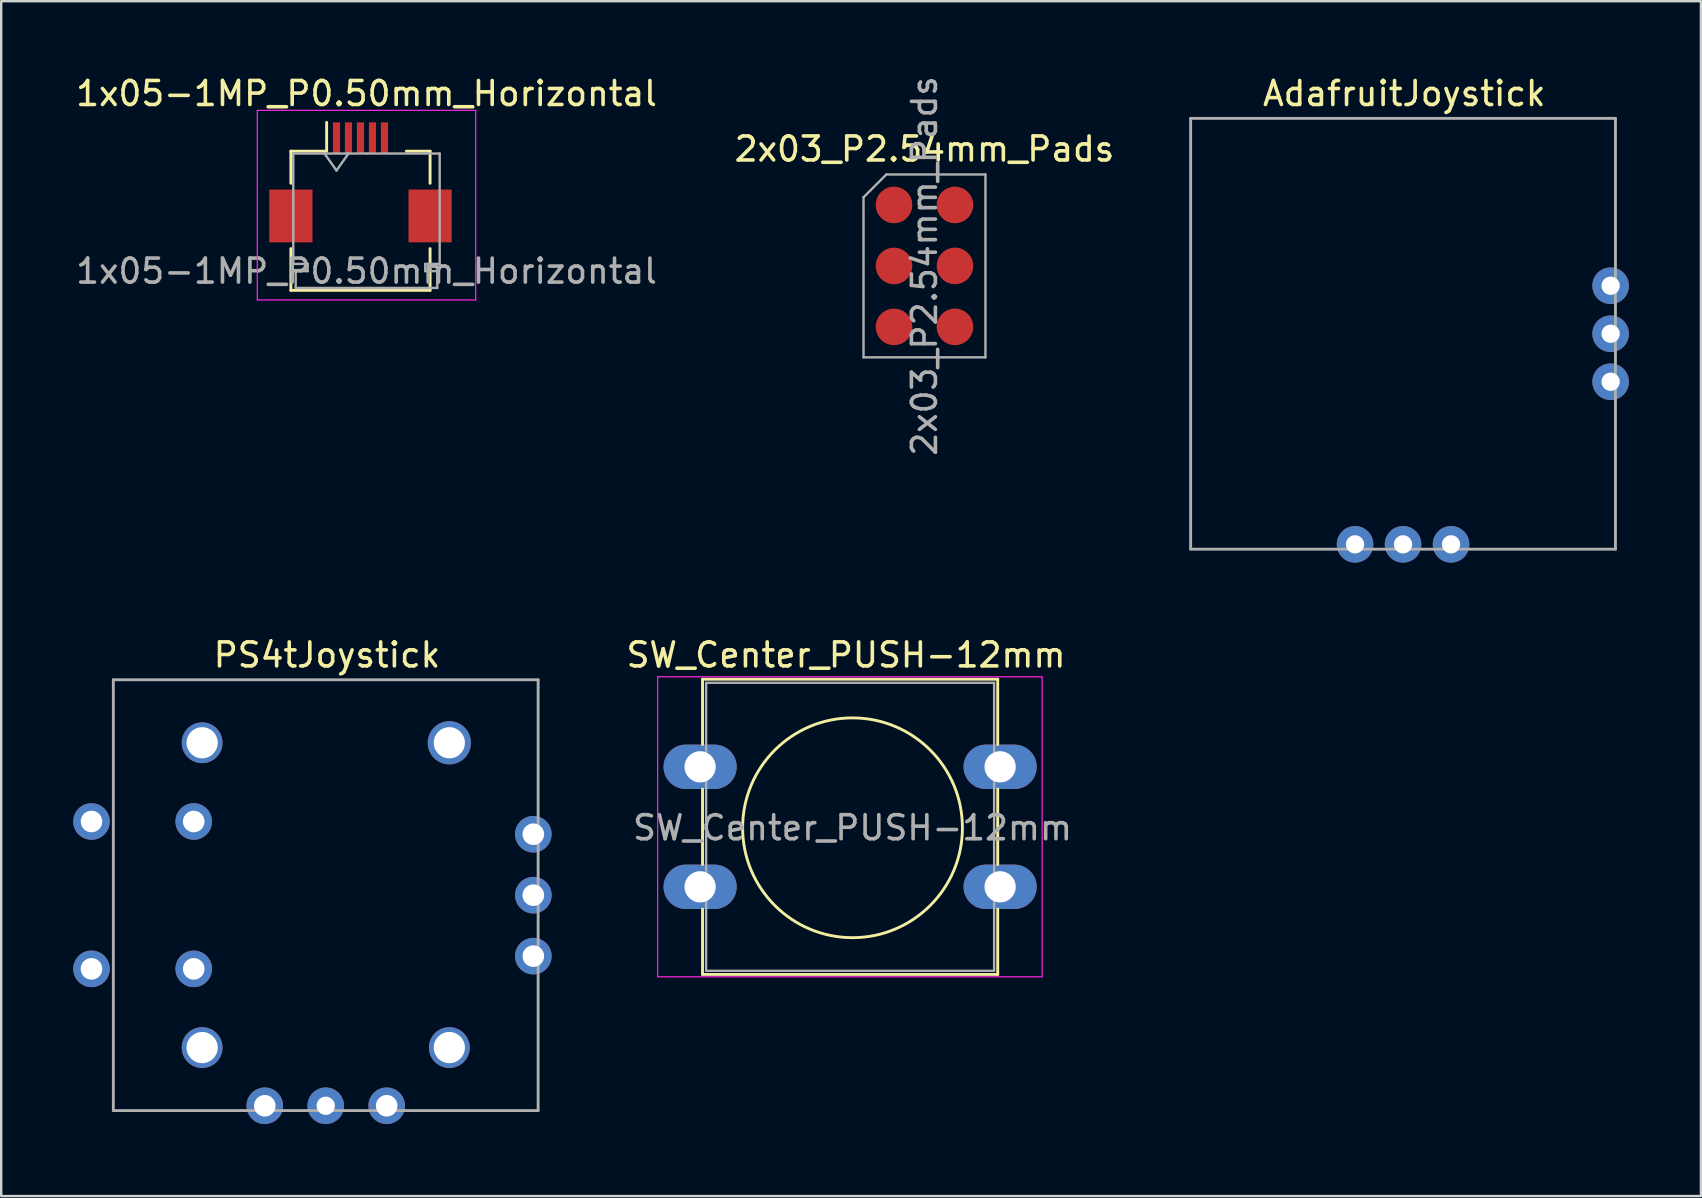
<source format=kicad_pcb>
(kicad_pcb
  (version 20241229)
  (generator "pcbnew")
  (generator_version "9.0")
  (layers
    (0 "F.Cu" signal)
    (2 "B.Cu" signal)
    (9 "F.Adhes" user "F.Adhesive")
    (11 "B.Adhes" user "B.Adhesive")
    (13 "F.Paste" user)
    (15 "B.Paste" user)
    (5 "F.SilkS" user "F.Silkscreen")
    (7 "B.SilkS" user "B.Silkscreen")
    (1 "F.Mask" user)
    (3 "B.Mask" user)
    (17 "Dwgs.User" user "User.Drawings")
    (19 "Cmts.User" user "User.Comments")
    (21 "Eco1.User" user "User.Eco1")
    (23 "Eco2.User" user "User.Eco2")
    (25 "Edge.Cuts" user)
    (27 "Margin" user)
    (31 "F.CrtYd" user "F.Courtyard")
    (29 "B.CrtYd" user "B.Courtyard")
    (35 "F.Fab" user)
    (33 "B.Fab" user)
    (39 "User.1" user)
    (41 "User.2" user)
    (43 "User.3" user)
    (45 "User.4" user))
  (footprint "2x03_P2.54mm_Pads"
    (layer "F.Cu")
    (at 35.47 8.03)
    (property "Reference" "2x03_P2.54mm_Pads" (at 0 -4.87 0) (layer "F.SilkS") (effects (font (size 1 1) (thickness 0.15))))
    (attr smd)
    (fp_line (start -2.54 -2.86) (end -1.59 -3.81) (stroke (width 0.1) (type solid)) (layer "F.Fab"))
    (fp_line (start -2.54 3.81) (end -2.54 -2.86) (stroke (width 0.1) (type solid)) (layer "F.Fab"))
    (fp_line (start -1.59 -3.81) (end 2.54 -3.81) (stroke (width 0.1) (type solid)) (layer "F.Fab"))
    (fp_line (start 2.54 -3.81) (end 2.54 3.81) (stroke (width 0.1) (type solid)) (layer "F.Fab"))
    (fp_line (start 2.54 3.81) (end -2.54 3.81) (stroke (width 0.1) (type solid)) (layer "F.Fab"))
    (fp_text user "${REFERENCE}" (at 0 0 90) (layer "F.Fab") (effects (font (size 1 1) (thickness 0.15))))
    (pad "1" connect circle (at -1.27 -2.54) (size 1.524 1.524) (layers "F.Cu" "F.Mask"))
    (pad "2" connect circle (at 1.27 -2.54) (size 1.524 1.524) (layers "F.Cu" "F.Mask"))
    (pad "3" connect circle (at -1.27 0) (size 1.524 1.524) (layers "F.Cu" "F.Mask"))
    (pad "4" connect circle (at 1.27 0) (size 1.524 1.524) (layers "F.Cu" "F.Mask"))
    (pad "5" connect circle (at -1.27 2.54) (size 1.524 1.524) (layers "F.Cu" "F.Mask"))
    (pad "6" connect circle (at 1.27 2.54) (size 1.524 1.524) (layers "F.Cu" "F.Mask")))
  (footprint "SW_Center_PUSH-12mm"
    (layer "F.Cu")
    (at 32.372 31.401)
    (property "Reference" "SW_Center_PUSH-12mm" (at -0.17 -7.16 0) (layer "F.SilkS") (effects (font (size 1 1) (thickness 0.15))))
    (attr through_hole)
    (fp_line (start -6.15 -6.15) (end 6.15 -6.15) (stroke (width 0.12) (type solid)) (layer "F.SilkS"))
    (fp_line (start -6.15 -3.43) (end -6.15 -6.15) (stroke (width 0.12) (type solid)) (layer "F.SilkS"))
    (fp_line (start -6.15 1.57) (end -6.15 -1.57) (stroke (width 0.12) (type solid)) (layer "F.SilkS"))
    (fp_line (start -6.15 6.15) (end -6.15 3.43) (stroke (width 0.12) (type solid)) (layer "F.SilkS"))
    (fp_line (start 6.15 -6.15) (end 6.15 -3.43) (stroke (width 0.12) (type solid)) (layer "F.SilkS"))
    (fp_line (start 6.15 -1.57) (end 6.15 1.57) (stroke (width 0.12) (type solid)) (layer "F.SilkS"))
    (fp_line (start 6.15 3.43) (end 6.15 6.15) (stroke (width 0.12) (type solid)) (layer "F.SilkS"))
    (fp_line (start 6.15 6.15) (end -6.15 6.15) (stroke (width 0.12) (type solid)) (layer "F.SilkS"))
    (fp_circle (center 0.1 0.04) (end 3.91 2.58) (stroke (width 0.12) (type solid)) (fill no) (layer "F.SilkS"))
    (fp_line (start -8.02 -6.25) (end -8.02 6.25) (stroke (width 0.05) (type solid)) (layer "F.CrtYd"))
    (fp_line (start -8.02 -6.25) (end 8 -6.25) (stroke (width 0.05) (type solid)) (layer "F.CrtYd"))
    (fp_line (start 8 6.25) (end -8.02 6.25) (stroke (width 0.05) (type solid)) (layer "F.CrtYd"))
    (fp_line (start 8 6.25) (end 8 -6.25) (stroke (width 0.05) (type solid)) (layer "F.CrtYd"))
    (fp_line (start -6 -6) (end -6 6) (stroke (width 0.1) (type solid)) (layer "F.Fab"))
    (fp_line (start -6 -6) (end 6 -6) (stroke (width 0.1) (type solid)) (layer "F.Fab"))
    (fp_line (start -6 6) (end 6 6) (stroke (width 0.1) (type solid)) (layer "F.Fab"))
    (fp_line (start 6 -6) (end 6 6) (stroke (width 0.1) (type solid)) (layer "F.Fab"))
    (fp_text user "${REFERENCE}" (at 0.1 0.04 0) (layer "F.Fab") (effects (font (size 1 1) (thickness 0.15))))
    (pad "1" thru_hole oval (at -6.25 -2.5) (size 3.048 1.85) (drill 1.3) (layers "*.Cu" "*.Mask"))
    (pad "1" thru_hole oval (at 6.25 -2.5) (size 3.048 1.85) (drill 1.3) (layers "*.Cu" "*.Mask"))
    (pad "2" thru_hole oval (at -6.25 2.5) (size 3.048 1.85) (drill 1.3) (layers "*.Cu" "*.Mask"))
    (pad "2" thru_hole oval (at 6.25 2.5) (size 3.048 1.85) (drill 1.3) (layers "*.Cu" "*.Mask")))
  (footprint "PS4tJoystick"
    (layer "F.Cu")
    (at 10.522 34.249)
    (property "Reference" "PS4tJoystick" (at 0.051 -10.008 0) (layer "F.SilkS") (effects (font (size 1 1) (thickness 0.15))))
    (attr through_hole)
    (fp_line (start -8.85 -8.975) (end 8.85 -8.975) (stroke (width 0.12) (type solid)) (layer "F.Fab"))
    (fp_line (start -8.85 8.975) (end -8.85 -8.975) (stroke (width 0.12) (type solid)) (layer "F.Fab"))
    (fp_line (start 8.85 -8.975) (end 8.85 8.975) (stroke (width 0.12) (type solid)) (layer "F.Fab"))
    (fp_line (start 8.85 8.975) (end -8.85 8.975) (stroke (width 0.12) (type solid)) (layer "F.Fab"))
    (pad "1" thru_hole circle (at 8.65 -2.54) (size 1.524 1.524) (drill 0.9) (layers "*.Cu" "*.Mask"))
    (pad "2" thru_hole circle (at 8.65 0) (size 1.524 1.524) (drill 0.9) (layers "*.Cu" "*.Mask"))
    (pad "3" thru_hole circle (at 8.65 2.54) (size 1.524 1.524) (drill 0.9) (layers "*.Cu" "*.Mask"))
    (pad "4" thru_hole circle (at 2.54 8.775) (size 1.524 1.524) (drill 0.9) (layers "*.Cu" "*.Mask"))
    (pad "5" thru_hole circle (at 0 8.775) (size 1.524 1.524) (drill 0.762) (layers "*.Cu" "*.Mask"))
    (pad "6" thru_hole circle (at -2.54 8.775) (size 1.524 1.524) (drill 0.9) (layers "*.Cu" "*.Mask"))
    (pad "7" thru_hole circle (at -5.5 -3.07) (size 1.524 1.524) (drill 0.9) (layers "*.Cu" "*.Mask"))
    (pad "7" thru_hole circle (at -5.5 3.07) (size 1.524 1.524) (drill 0.9) (layers "*.Cu" "*.Mask"))
    (pad "8" thru_hole circle (at -9.76 -3.07) (size 1.524 1.524) (drill 0.9) (layers "*.Cu" "*.Mask"))
    (pad "8" thru_hole circle (at -9.76 3.07) (size 1.524 1.524) (drill 0.9) (layers "*.Cu" "*.Mask"))
    (pad "NC" thru_hole circle (at -5.15 -6.35) (size 1.7 1.7) (drill 1.3) (layers "*.Cu" "*.Mask"))
    (pad "NC" thru_hole circle (at -5.15 6.35) (size 1.7 1.7) (drill 1.3) (layers "*.Cu" "*.Mask"))
    (pad "NC" thru_hole circle (at 5.15 -6.35) (size 1.8 1.8) (drill 1.3) (layers "*.Cu" "*.Mask"))
    (pad "NC" thru_hole circle (at 5.15 6.35) (size 1.7 1.7) (drill 1.3) (layers "*.Cu" "*.Mask")))
  (footprint "AdafruitJoystick"
    (layer "F.Cu")
    (at 55.41 10.856)
    (property "Reference" "AdafruitJoystick" (at 0.051 -10.008 0) (layer "F.SilkS") (effects (font (size 1 1) (thickness 0.15))))
    (attr through_hole)
    (fp_line (start -8.85 -8.975) (end 8.85 -8.975) (stroke (width 0.12) (type solid)) (layer "F.Fab"))
    (fp_line (start -8.85 8.975) (end -8.85 -8.975) (stroke (width 0.12) (type solid)) (layer "F.Fab"))
    (fp_line (start 8.85 -8.975) (end 8.85 8.975) (stroke (width 0.12) (type solid)) (layer "F.Fab"))
    (fp_line (start 8.85 8.975) (end -8.85 8.975) (stroke (width 0.12) (type solid)) (layer "F.Fab"))
    (pad "1" thru_hole circle (at 8.65 -2) (size 1.524 1.524) (drill 0.762) (layers "*.Cu" "*.Mask"))
    (pad "2" thru_hole circle (at 8.65 0) (size 1.524 1.524) (drill 0.762) (layers "*.Cu" "*.Mask"))
    (pad "3" thru_hole circle (at 8.65 2) (size 1.524 1.524) (drill 0.762) (layers "*.Cu" "*.Mask"))
    (pad "4" thru_hole circle (at 2 8.775) (size 1.524 1.524) (drill 0.762) (layers "*.Cu" "*.Mask"))
    (pad "5" thru_hole circle (at 0 8.775) (size 1.524 1.524) (drill 0.762) (layers "*.Cu" "*.Mask"))
    (pad "6" thru_hole circle (at -2 8.775) (size 1.524 1.524) (drill 0.762) (layers "*.Cu" "*.Mask")))
  (footprint "1x05-1MP_P0.50mm_Horizontal"
    (layer "F.Cu")
    (at 12.22 4.548)
    (property "Reference" "1x05-1MP_P0.50mm_Horizontal" (at 0 -3.7 0) (layer "F.SilkS") (effects (font (size 1 1) (thickness 0.15))))
    (attr smd)
    (fp_line (start -3.15 -1.3) (end -3.15 0.04) (stroke (width 0.12) (type solid)) (layer "F.SilkS"))
    (fp_line (start -3.15 2.76) (end -3.15 4.5) (stroke (width 0.12) (type solid)) (layer "F.SilkS"))
    (fp_line (start -3.15 4.5) (end 2.65 4.5) (stroke (width 0.12) (type solid)) (layer "F.SilkS"))
    (fp_line (start -1.66 -1.3) (end -3.15 -1.3) (stroke (width 0.12) (type solid)) (layer "F.SilkS"))
    (fp_line (start -1.66 -1.3) (end -1.66 -2.5) (stroke (width 0.12) (type solid)) (layer "F.SilkS"))
    (fp_line (start 1.66 -1.3) (end 2.65 -1.3) (stroke (width 0.12) (type solid)) (layer "F.SilkS"))
    (fp_line (start 2.65 -1.3) (end 2.65 0.04) (stroke (width 0.12) (type solid)) (layer "F.SilkS"))
    (fp_line (start 2.65 4.5) (end 2.65 2.76) (stroke (width 0.12) (type solid)) (layer "F.SilkS"))
    (fp_line (start -4.55 -3) (end -4.55 4.9) (stroke (width 0.05) (type solid)) (layer "F.CrtYd"))
    (fp_line (start -4.55 4.9) (end 4.55 4.9) (stroke (width 0.05) (type solid)) (layer "F.CrtYd"))
    (fp_line (start 4.55 -3) (end -4.55 -3) (stroke (width 0.05) (type solid)) (layer "F.CrtYd"))
    (fp_line (start 4.55 4.9) (end 4.55 -3) (stroke (width 0.05) (type solid)) (layer "F.CrtYd"))
    (fp_line (start -3.05 -1.2) (end -3.05 3.4) (stroke (width 0.1) (type solid)) (layer "F.Fab"))
    (fp_line (start -3.05 3.4) (end -2.45 3.4) (stroke (width 0.1) (type solid)) (layer "F.Fab"))
    (fp_line (start -2.95 3.7) (end -2.95 4.4) (stroke (width 0.1) (type solid)) (layer "F.Fab"))
    (fp_line (start -2.95 4.4) (end 0 4.4) (stroke (width 0.1) (type solid)) (layer "F.Fab"))
    (fp_line (start -2.45 3.4) (end -2.45 3.7) (stroke (width 0.1) (type solid)) (layer "F.Fab"))
    (fp_line (start -2.45 3.7) (end -2.95 3.7) (stroke (width 0.1) (type solid)) (layer "F.Fab"))
    (fp_line (start -1.75 -1.2) (end -1.25 -0.493) (stroke (width 0.1) (type solid)) (layer "F.Fab"))
    (fp_line (start -1.25 -0.493) (end -0.75 -1.2) (stroke (width 0.1) (type solid)) (layer "F.Fab"))
    (fp_line (start 0 -1.2) (end -3.05 -1.2) (stroke (width 0.1) (type solid)) (layer "F.Fab"))
    (fp_line (start 0 -1.2) (end 3.05 -1.2) (stroke (width 0.1) (type solid)) (layer "F.Fab"))
    (fp_line (start 2.45 3.4) (end 2.45 3.7) (stroke (width 0.1) (type solid)) (layer "F.Fab"))
    (fp_line (start 2.45 3.7) (end 2.95 3.7) (stroke (width 0.1) (type solid)) (layer "F.Fab"))
    (fp_line (start 2.95 3.7) (end 2.95 4.4) (stroke (width 0.1) (type solid)) (layer "F.Fab"))
    (fp_line (start 2.95 4.4) (end 0 4.4) (stroke (width 0.1) (type solid)) (layer "F.Fab"))
    (fp_line (start 3.05 -1.2) (end 3.05 3.4) (stroke (width 0.1) (type solid)) (layer "F.Fab"))
    (fp_line (start 3.05 3.4) (end 2.45 3.4) (stroke (width 0.1) (type solid)) (layer "F.Fab"))
    (fp_text user "${REFERENCE}" (at 0 3.7 0) (layer "F.Fab") (effects (font (size 1 1) (thickness 0.15))))
    (pad "1" smd rect (at -1.25 -1.85) (size 0.3 1.3) (layers "F.Cu" "F.Mask" "F.Paste"))
    (pad "2" smd rect (at -0.75 -1.85) (size 0.3 1.3) (layers "F.Cu" "F.Mask" "F.Paste"))
    (pad "3" smd rect (at -0.25 -1.85) (size 0.3 1.3) (layers "F.Cu" "F.Mask" "F.Paste"))
    (pad "4" smd rect (at 0.25 -1.85) (size 0.3 1.3) (layers "F.Cu" "F.Mask" "F.Paste"))
    (pad "5" smd rect (at 0.75 -1.85) (size 0.3 1.3) (layers "F.Cu" "F.Mask" "F.Paste"))
    (pad "MP" smd rect (at -3.15 1.4) (size 1.8 2.2) (layers "F.Cu" "F.Mask" "F.Paste"))
    (pad "MP" smd rect (at 2.65 1.4) (size 1.8 2.2) (layers "F.Cu" "F.Mask" "F.Paste")))
  (gr_rect
    (start -3 -3)
    (end 67.822 46.786)
    (stroke (width 0.1) (type default))
    (fill no)
    (layer "Edge.Cuts")))
</source>
